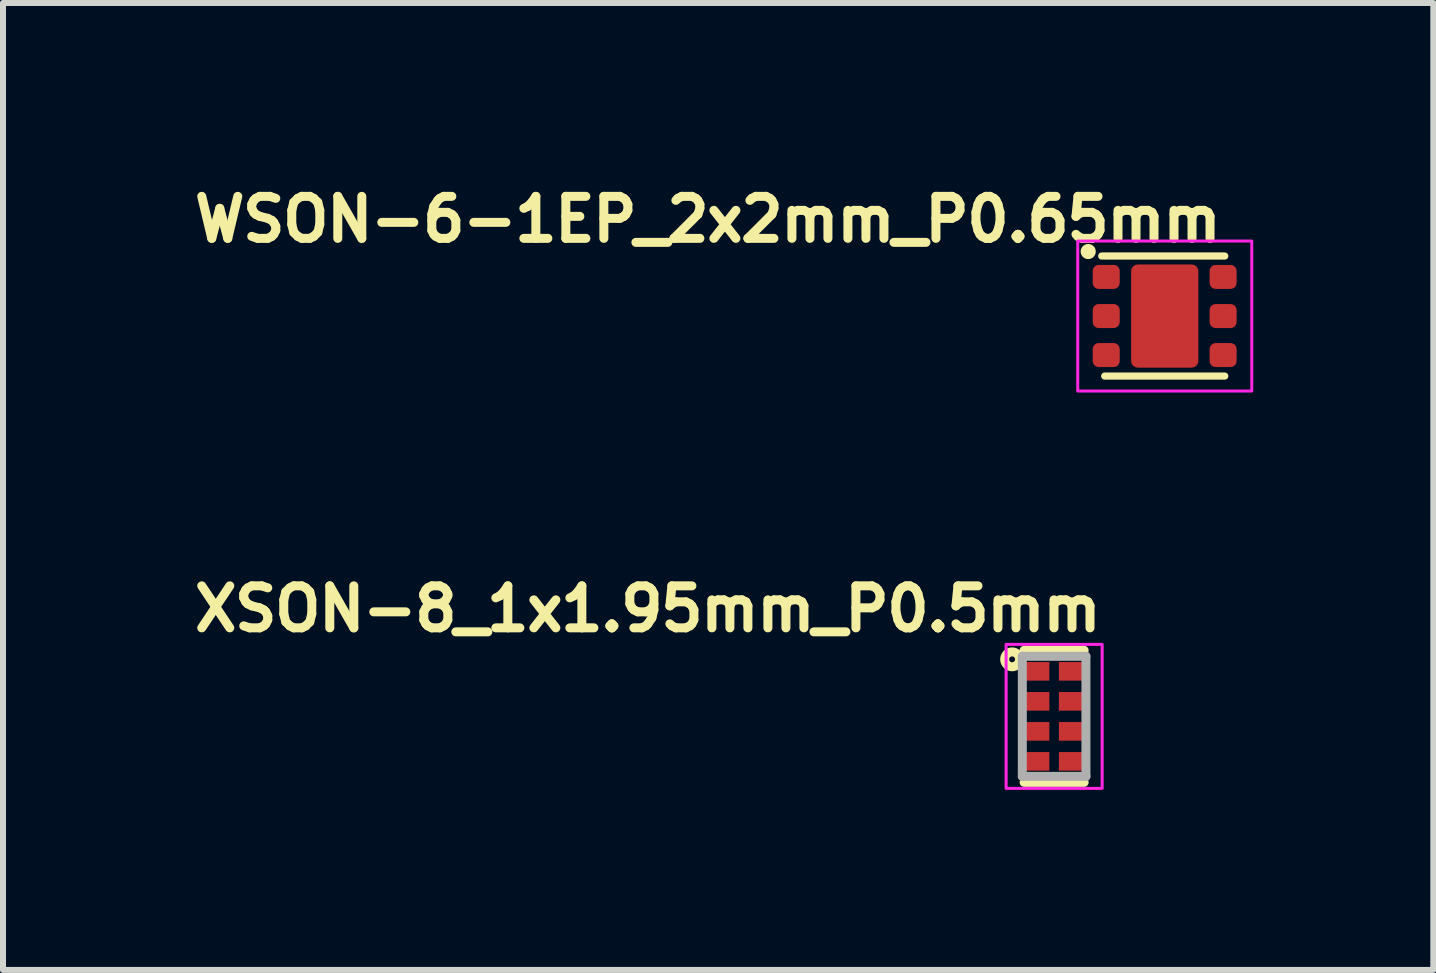
<source format=kicad_pcb>
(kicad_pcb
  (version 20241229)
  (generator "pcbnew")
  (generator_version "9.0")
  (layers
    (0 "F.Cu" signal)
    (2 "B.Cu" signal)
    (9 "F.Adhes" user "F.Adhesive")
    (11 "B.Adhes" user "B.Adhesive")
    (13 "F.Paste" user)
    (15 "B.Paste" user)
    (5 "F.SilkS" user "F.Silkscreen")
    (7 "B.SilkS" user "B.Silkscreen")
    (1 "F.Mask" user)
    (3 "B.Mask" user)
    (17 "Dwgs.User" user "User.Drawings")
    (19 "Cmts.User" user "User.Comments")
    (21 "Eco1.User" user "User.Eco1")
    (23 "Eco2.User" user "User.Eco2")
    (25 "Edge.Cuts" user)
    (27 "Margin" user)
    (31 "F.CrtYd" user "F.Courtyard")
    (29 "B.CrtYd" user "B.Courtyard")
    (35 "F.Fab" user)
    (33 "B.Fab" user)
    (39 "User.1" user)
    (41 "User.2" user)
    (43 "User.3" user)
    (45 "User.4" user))
  (footprint "WSON-6-1EP_2x2mm_P0.65mm"
    (layer "F.Cu")
    (at 16.357 2.216)
    (property "Reference" "WSON-6-1EP_2x2mm_P0.65mm" (at 1.02 -2.02 0) (layer "F.SilkS") (effects (font (size 0.7 0.7) (thickness 0.15)) (justify right top)))
    (attr smd)
    (fp_line (start -1.05 -1) (end 1 -1) (stroke (width 0.12) (type solid)) (layer "F.SilkS"))
    (fp_line (start 1 1) (end -1 1) (stroke (width 0.12) (type solid)) (layer "F.SilkS"))
    (fp_circle (center -1.275 -1.075) (end -1.224 -1.075) (stroke (width 0.15) (type solid)) (fill yes) (layer "F.SilkS"))
    (fp_rect (start 1.45 1.25) (end -1.45 -1.25) (stroke (width 0.05) (type solid)) (fill no) (layer "F.CrtYd"))
    (fp_rect (start 1.009 0.998) (end -1.01 -1) (stroke (width 0.1) (type solid)) (fill no) (layer "User.5"))
    (fp_line (start -1.009 -0.8) (end -0.998 -0.8) (stroke (width 0.02) (type solid)) (layer "User.9"))
    (fp_line (start -1.009 -0.498) (end -1.009 -0.8) (stroke (width 0.02) (type solid)) (layer "User.9"))
    (fp_line (start -1.009 -0.148) (end -0.998 -0.148) (stroke (width 0.02) (type solid)) (layer "User.9"))
    (fp_line (start -1.009 0.15) (end -1.009 -0.148) (stroke (width 0.02) (type solid)) (layer "User.9"))
    (fp_line (start -1.009 0.5) (end -0.998 0.5) (stroke (width 0.02) (type solid)) (layer "User.9"))
    (fp_line (start -1.009 0.802) (end -1.009 0.5) (stroke (width 0.02) (type solid)) (layer "User.9"))
    (fp_line (start -0.998 -0.998) (end 1 -0.998) (stroke (width 0.02) (type solid)) (layer "User.9"))
    (fp_line (start -0.998 -0.498) (end -1.009 -0.498) (stroke (width 0.02) (type solid)) (layer "User.9"))
    (fp_line (start -0.998 0.15) (end -1.009 0.15) (stroke (width 0.02) (type solid)) (layer "User.9"))
    (fp_line (start -0.998 0.802) (end -1.009 0.802) (stroke (width 0.02) (type solid)) (layer "User.9"))
    (fp_line (start -0.998 1) (end -0.998 -0.998) (stroke (width 0.02) (type solid)) (layer "User.9"))
    (fp_line (start -0.775 -0.65) (end -0.774 -0.641) (stroke (width 0.02) (type solid)) (layer "User.9"))
    (fp_line (start -0.774 -0.658) (end -0.775 -0.65) (stroke (width 0.02) (type solid)) (layer "User.9"))
    (fp_line (start -0.774 -0.641) (end -0.773 -0.632) (stroke (width 0.02) (type solid)) (layer "User.9"))
    (fp_line (start -0.773 -0.666) (end -0.774 -0.658) (stroke (width 0.02) (type solid)) (layer "User.9"))
    (fp_line (start -0.773 -0.632) (end -0.772 -0.624) (stroke (width 0.02) (type solid)) (layer "User.9"))
    (fp_line (start -0.772 -0.674) (end -0.773 -0.666) (stroke (width 0.02) (type solid)) (layer "User.9"))
    (fp_line (start -0.772 -0.624) (end -0.77 -0.616) (stroke (width 0.02) (type solid)) (layer "User.9"))
    (fp_line (start -0.77 -0.682) (end -0.772 -0.674) (stroke (width 0.02) (type solid)) (layer "User.9"))
    (fp_line (start -0.77 -0.616) (end -0.768 -0.609) (stroke (width 0.02) (type solid)) (layer "User.9"))
    (fp_line (start -0.768 -0.689) (end -0.77 -0.682) (stroke (width 0.02) (type solid)) (layer "User.9"))
    (fp_line (start -0.768 -0.609) (end -0.764 -0.601) (stroke (width 0.02) (type solid)) (layer "User.9"))
    (fp_line (start -0.764 -0.697) (end -0.768 -0.689) (stroke (width 0.02) (type solid)) (layer "User.9"))
    (fp_line (start -0.764 -0.601) (end -0.761 -0.593) (stroke (width 0.02) (type solid)) (layer "User.9"))
    (fp_line (start -0.761 -0.704) (end -0.764 -0.697) (stroke (width 0.02) (type solid)) (layer "User.9"))
    (fp_line (start -0.761 -0.593) (end -0.757 -0.586) (stroke (width 0.02) (type solid)) (layer "User.9"))
    (fp_line (start -0.757 -0.711) (end -0.761 -0.704) (stroke (width 0.02) (type solid)) (layer "User.9"))
    (fp_line (start -0.757 -0.711) (end -0.757 -0.711) (stroke (width 0.02) (type solid)) (layer "User.9"))
    (fp_line (start -0.757 -0.586) (end -0.757 -0.586) (stroke (width 0.02) (type solid)) (layer "User.9"))
    (fp_line (start -0.757 -0.586) (end -0.752 -0.579) (stroke (width 0.02) (type solid)) (layer "User.9"))
    (fp_line (start -0.755 -0.715) (end -0.757 -0.711) (stroke (width 0.02) (type solid)) (layer "User.9"))
    (fp_line (start -0.752 -0.718) (end -0.755 -0.715) (stroke (width 0.02) (type solid)) (layer "User.9"))
    (fp_line (start -0.752 -0.579) (end -0.748 -0.573) (stroke (width 0.02) (type solid)) (layer "User.9"))
    (fp_line (start -0.75 -0.721) (end -0.752 -0.718) (stroke (width 0.02) (type solid)) (layer "User.9"))
    (fp_line (start -0.748 -0.725) (end -0.75 -0.721) (stroke (width 0.02) (type solid)) (layer "User.9"))
    (fp_line (start -0.748 -0.573) (end -0.742 -0.567) (stroke (width 0.02) (type solid)) (layer "User.9"))
    (fp_line (start -0.745 -0.728) (end -0.748 -0.725) (stroke (width 0.02) (type solid)) (layer "User.9"))
    (fp_line (start -0.742 -0.731) (end -0.745 -0.728) (stroke (width 0.02) (type solid)) (layer "User.9"))
    (fp_line (start -0.742 -0.567) (end -0.737 -0.561) (stroke (width 0.02) (type solid)) (layer "User.9"))
    (fp_line (start -0.74 -0.734) (end -0.742 -0.731) (stroke (width 0.02) (type solid)) (layer "User.9"))
    (fp_line (start -0.737 -0.737) (end -0.74 -0.734) (stroke (width 0.02) (type solid)) (layer "User.9"))
    (fp_line (start -0.737 -0.561) (end -0.731 -0.555) (stroke (width 0.02) (type solid)) (layer "User.9"))
    (fp_line (start -0.734 -0.74) (end -0.737 -0.737) (stroke (width 0.02) (type solid)) (layer "User.9"))
    (fp_line (start -0.731 -0.743) (end -0.734 -0.74) (stroke (width 0.02) (type solid)) (layer "User.9"))
    (fp_line (start -0.731 -0.555) (end -0.724 -0.55) (stroke (width 0.02) (type solid)) (layer "User.9"))
    (fp_line (start -0.728 -0.745) (end -0.731 -0.743) (stroke (width 0.02) (type solid)) (layer "User.9"))
    (fp_line (start -0.724 -0.748) (end -0.728 -0.745) (stroke (width 0.02) (type solid)) (layer "User.9"))
    (fp_line (start -0.724 -0.55) (end -0.718 -0.546) (stroke (width 0.02) (type solid)) (layer "User.9"))
    (fp_line (start -0.721 -0.75) (end -0.724 -0.748) (stroke (width 0.02) (type solid)) (layer "User.9"))
    (fp_line (start -0.718 -0.752) (end -0.721 -0.75) (stroke (width 0.02) (type solid)) (layer "User.9"))
    (fp_line (start -0.718 -0.546) (end -0.711 -0.541) (stroke (width 0.02) (type solid)) (layer "User.9"))
    (fp_line (start -0.714 -0.755) (end -0.718 -0.752) (stroke (width 0.02) (type solid)) (layer "User.9"))
    (fp_line (start -0.711 -0.757) (end -0.714 -0.755) (stroke (width 0.02) (type solid)) (layer "User.9"))
    (fp_line (start -0.711 -0.541) (end -0.704 -0.537) (stroke (width 0.02) (type solid)) (layer "User.9"))
    (fp_line (start -0.707 -0.759) (end -0.711 -0.757) (stroke (width 0.02) (type solid)) (layer "User.9"))
    (fp_line (start -0.704 -0.761) (end -0.707 -0.759) (stroke (width 0.02) (type solid)) (layer "User.9"))
    (fp_line (start -0.704 -0.537) (end -0.697 -0.534) (stroke (width 0.02) (type solid)) (layer "User.9"))
    (fp_line (start -0.701 -0.762) (end -0.704 -0.761) (stroke (width 0.02) (type solid)) (layer "User.9"))
    (fp_line (start -0.697 -0.764) (end -0.701 -0.762) (stroke (width 0.02) (type solid)) (layer "User.9"))
    (fp_line (start -0.697 -0.534) (end -0.69 -0.531) (stroke (width 0.02) (type solid)) (layer "User.9"))
    (fp_line (start -0.694 -0.765) (end -0.697 -0.764) (stroke (width 0.02) (type solid)) (layer "User.9"))
    (fp_line (start -0.69 -0.768) (end -0.694 -0.765) (stroke (width 0.02) (type solid)) (layer "User.9"))
    (fp_line (start -0.69 -0.531) (end -0.682 -0.529) (stroke (width 0.02) (type solid)) (layer "User.9"))
    (fp_line (start -0.686 -0.769) (end -0.69 -0.768) (stroke (width 0.02) (type solid)) (layer "User.9"))
    (fp_line (start -0.682 -0.77) (end -0.686 -0.769) (stroke (width 0.02) (type solid)) (layer "User.9"))
    (fp_line (start -0.682 -0.529) (end -0.674 -0.527) (stroke (width 0.02) (type solid)) (layer "User.9"))
    (fp_line (start -0.678 -0.771) (end -0.682 -0.77) (stroke (width 0.02) (type solid)) (layer "User.9"))
    (fp_line (start -0.674 -0.772) (end -0.678 -0.771) (stroke (width 0.02) (type solid)) (layer "User.9"))
    (fp_line (start -0.674 -0.527) (end -0.666 -0.526) (stroke (width 0.02) (type solid)) (layer "User.9"))
    (fp_line (start -0.67 -0.773) (end -0.674 -0.772) (stroke (width 0.02) (type solid)) (layer "User.9"))
    (fp_line (start -0.666 -0.773) (end -0.67 -0.773) (stroke (width 0.02) (type solid)) (layer "User.9"))
    (fp_line (start -0.666 -0.526) (end -0.658 -0.525) (stroke (width 0.02) (type solid)) (layer "User.9"))
    (fp_line (start -0.662 -0.774) (end -0.666 -0.773) (stroke (width 0.02) (type solid)) (layer "User.9"))
    (fp_line (start -0.658 -0.774) (end -0.662 -0.774) (stroke (width 0.02) (type solid)) (layer "User.9"))
    (fp_line (start -0.658 -0.525) (end -0.65 -0.525) (stroke (width 0.02) (type solid)) (layer "User.9"))
    (fp_line (start -0.654 -0.774) (end -0.658 -0.774) (stroke (width 0.02) (type solid)) (layer "User.9"))
    (fp_line (start -0.65 -0.775) (end -0.654 -0.774) (stroke (width 0.02) (type solid)) (layer "User.9"))
    (fp_line (start -0.65 -0.525) (end -0.645 -0.525) (stroke (width 0.02) (type solid)) (layer "User.9"))
    (fp_line (start -0.645 -0.525) (end -0.641 -0.525) (stroke (width 0.02) (type solid)) (layer "User.9"))
    (fp_line (start -0.641 -0.774) (end -0.65 -0.775) (stroke (width 0.02) (type solid)) (layer "User.9"))
    (fp_line (start -0.641 -0.525) (end -0.636 -0.525) (stroke (width 0.02) (type solid)) (layer "User.9"))
    (fp_line (start -0.636 -0.525) (end -0.632 -0.526) (stroke (width 0.02) (type solid)) (layer "User.9"))
    (fp_line (start -0.632 -0.773) (end -0.641 -0.774) (stroke (width 0.02) (type solid)) (layer "User.9"))
    (fp_line (start -0.632 -0.526) (end -0.628 -0.526) (stroke (width 0.02) (type solid)) (layer "User.9"))
    (fp_line (start -0.628 -0.526) (end -0.624 -0.527) (stroke (width 0.02) (type solid)) (layer "User.9"))
    (fp_line (start -0.624 -0.772) (end -0.632 -0.773) (stroke (width 0.02) (type solid)) (layer "User.9"))
    (fp_line (start -0.624 -0.527) (end -0.62 -0.528) (stroke (width 0.02) (type solid)) (layer "User.9"))
    (fp_line (start -0.62 -0.528) (end -0.616 -0.529) (stroke (width 0.02) (type solid)) (layer "User.9"))
    (fp_line (start -0.616 -0.77) (end -0.624 -0.772) (stroke (width 0.02) (type solid)) (layer "User.9"))
    (fp_line (start -0.616 -0.529) (end -0.612 -0.53) (stroke (width 0.02) (type solid)) (layer "User.9"))
    (fp_line (start -0.612 -0.53) (end -0.608 -0.531) (stroke (width 0.02) (type solid)) (layer "User.9"))
    (fp_line (start -0.608 -0.768) (end -0.616 -0.77) (stroke (width 0.02) (type solid)) (layer "User.9"))
    (fp_line (start -0.608 -0.531) (end -0.604 -0.533) (stroke (width 0.02) (type solid)) (layer "User.9"))
    (fp_line (start -0.604 -0.533) (end -0.601 -0.534) (stroke (width 0.02) (type solid)) (layer "User.9"))
    (fp_line (start -0.601 -0.764) (end -0.608 -0.768) (stroke (width 0.02) (type solid)) (layer "User.9"))
    (fp_line (start -0.601 -0.534) (end -0.597 -0.536) (stroke (width 0.02) (type solid)) (layer "User.9"))
    (fp_line (start -0.597 -0.536) (end -0.593 -0.537) (stroke (width 0.02) (type solid)) (layer "User.9"))
    (fp_line (start -0.593 -0.761) (end -0.601 -0.764) (stroke (width 0.02) (type solid)) (layer "User.9"))
    (fp_line (start -0.593 -0.537) (end -0.59 -0.539) (stroke (width 0.02) (type solid)) (layer "User.9"))
    (fp_line (start -0.59 -0.539) (end -0.586 -0.541) (stroke (width 0.02) (type solid)) (layer "User.9"))
    (fp_line (start -0.586 -0.757) (end -0.593 -0.761) (stroke (width 0.02) (type solid)) (layer "User.9"))
    (fp_line (start -0.586 -0.541) (end -0.583 -0.543) (stroke (width 0.02) (type solid)) (layer "User.9"))
    (fp_line (start -0.583 -0.543) (end -0.579 -0.546) (stroke (width 0.02) (type solid)) (layer "User.9"))
    (fp_line (start -0.579 -0.752) (end -0.586 -0.757) (stroke (width 0.02) (type solid)) (layer "User.9"))
    (fp_line (start -0.579 -0.546) (end -0.576 -0.548) (stroke (width 0.02) (type solid)) (layer "User.9"))
    (fp_line (start -0.576 -0.548) (end -0.574 -0.55) (stroke (width 0.02) (type solid)) (layer "User.9"))
    (fp_line (start -0.574 -0.748) (end -0.579 -0.752) (stroke (width 0.02) (type solid)) (layer "User.9"))
    (fp_line (start -0.574 -0.55) (end -0.57 -0.553) (stroke (width 0.02) (type solid)) (layer "User.9"))
    (fp_line (start -0.57 -0.553) (end -0.567 -0.555) (stroke (width 0.02) (type solid)) (layer "User.9"))
    (fp_line (start -0.567 -0.743) (end -0.574 -0.748) (stroke (width 0.02) (type solid)) (layer "User.9"))
    (fp_line (start -0.567 -0.555) (end -0.564 -0.558) (stroke (width 0.02) (type solid)) (layer "User.9"))
    (fp_line (start -0.564 -0.558) (end -0.561 -0.561) (stroke (width 0.02) (type solid)) (layer "User.9"))
    (fp_line (start -0.561 -0.737) (end -0.567 -0.743) (stroke (width 0.02) (type solid)) (layer "User.9"))
    (fp_line (start -0.561 -0.561) (end -0.558 -0.564) (stroke (width 0.02) (type solid)) (layer "User.9"))
    (fp_line (start -0.558 -0.564) (end -0.556 -0.567) (stroke (width 0.02) (type solid)) (layer "User.9"))
    (fp_line (start -0.556 -0.731) (end -0.561 -0.737) (stroke (width 0.02) (type solid)) (layer "User.9"))
    (fp_line (start -0.556 -0.567) (end -0.553 -0.57) (stroke (width 0.02) (type solid)) (layer "User.9"))
    (fp_line (start -0.553 -0.57) (end -0.55 -0.573) (stroke (width 0.02) (type solid)) (layer "User.9"))
    (fp_line (start -0.55 -0.725) (end -0.556 -0.731) (stroke (width 0.02) (type solid)) (layer "User.9"))
    (fp_line (start -0.55 -0.573) (end -0.548 -0.576) (stroke (width 0.02) (type solid)) (layer "User.9"))
    (fp_line (start -0.548 -0.576) (end -0.546 -0.579) (stroke (width 0.02) (type solid)) (layer "User.9"))
    (fp_line (start -0.546 -0.718) (end -0.55 -0.725) (stroke (width 0.02) (type solid)) (layer "User.9"))
    (fp_line (start -0.546 -0.579) (end -0.543 -0.582) (stroke (width 0.02) (type solid)) (layer "User.9"))
    (fp_line (start -0.543 -0.582) (end -0.541 -0.586) (stroke (width 0.02) (type solid)) (layer "User.9"))
    (fp_line (start -0.541 -0.711) (end -0.546 -0.718) (stroke (width 0.02) (type solid)) (layer "User.9"))
    (fp_line (start -0.541 -0.711) (end -0.541 -0.711) (stroke (width 0.02) (type solid)) (layer "User.9"))
    (fp_line (start -0.541 -0.586) (end -0.541 -0.586) (stroke (width 0.02) (type solid)) (layer "User.9"))
    (fp_line (start -0.541 -0.586) (end -0.537 -0.593) (stroke (width 0.02) (type solid)) (layer "User.9"))
    (fp_line (start -0.537 -0.704) (end -0.541 -0.711) (stroke (width 0.02) (type solid)) (layer "User.9"))
    (fp_line (start -0.537 -0.593) (end -0.534 -0.601) (stroke (width 0.02) (type solid)) (layer "User.9"))
    (fp_line (start -0.534 -0.697) (end -0.537 -0.704) (stroke (width 0.02) (type solid)) (layer "User.9"))
    (fp_line (start -0.534 -0.601) (end -0.531 -0.609) (stroke (width 0.02) (type solid)) (layer "User.9"))
    (fp_line (start -0.531 -0.689) (end -0.534 -0.697) (stroke (width 0.02) (type solid)) (layer "User.9"))
    (fp_line (start -0.531 -0.609) (end -0.529 -0.616) (stroke (width 0.02) (type solid)) (layer "User.9"))
    (fp_line (start -0.529 -0.682) (end -0.531 -0.689) (stroke (width 0.02) (type solid)) (layer "User.9"))
    (fp_line (start -0.529 -0.616) (end -0.527 -0.624) (stroke (width 0.02) (type solid)) (layer "User.9"))
    (fp_line (start -0.527 -0.674) (end -0.529 -0.682) (stroke (width 0.02) (type solid)) (layer "User.9"))
    (fp_line (start -0.527 -0.624) (end -0.526 -0.632) (stroke (width 0.02) (type solid)) (layer "User.9"))
    (fp_line (start -0.526 -0.666) (end -0.527 -0.674) (stroke (width 0.02) (type solid)) (layer "User.9"))
    (fp_line (start -0.526 -0.632) (end -0.525 -0.641) (stroke (width 0.02) (type solid)) (layer "User.9"))
    (fp_line (start -0.525 -0.658) (end -0.526 -0.666) (stroke (width 0.02) (type solid)) (layer "User.9"))
    (fp_line (start -0.525 -0.65) (end -0.525 -0.658) (stroke (width 0.02) (type solid)) (layer "User.9"))
    (fp_line (start -0.525 -0.641) (end -0.525 -0.65) (stroke (width 0.02) (type solid)) (layer "User.9"))
    (fp_line (start 1 -0.998) (end 1 1) (stroke (width 0.02) (type solid)) (layer "User.9"))
    (fp_line (start 1 -0.8) (end 1.01 -0.8) (stroke (width 0.02) (type solid)) (layer "User.9"))
    (fp_line (start 1 -0.148) (end 1.01 -0.148) (stroke (width 0.02) (type solid)) (layer "User.9"))
    (fp_line (start 1 0.5) (end 1.01 0.5) (stroke (width 0.02) (type solid)) (layer "User.9"))
    (fp_line (start 1 1) (end -0.998 1) (stroke (width 0.02) (type solid)) (layer "User.9"))
    (fp_line (start 1.01 -0.8) (end 1.01 -0.498) (stroke (width 0.02) (type solid)) (layer "User.9"))
    (fp_line (start 1.01 -0.498) (end 1 -0.498) (stroke (width 0.02) (type solid)) (layer "User.9"))
    (fp_line (start 1.01 -0.148) (end 1.01 0.15) (stroke (width 0.02) (type solid)) (layer "User.9"))
    (fp_line (start 1.01 0.15) (end 1 0.15) (stroke (width 0.02) (type solid)) (layer "User.9"))
    (fp_line (start 1.01 0.5) (end 1.01 0.802) (stroke (width 0.02) (type solid)) (layer "User.9"))
    (fp_line (start 1.01 0.802) (end 1 0.802) (stroke (width 0.02) (type solid)) (layer "User.9"))
    (pad "1" smd roundrect (at -0.975 -0.652 180) (size 0.45 0.4) (layers "F.Cu" "F.Mask" "F.Paste") (roundrect_rratio 0.25))
    (pad "2" smd roundrect (at -0.975 0 180) (size 0.45 0.4) (layers "F.Cu" "F.Mask" "F.Paste") (roundrect_rratio 0.25))
    (pad "3" smd roundrect (at -0.975 0.65 180) (size 0.45 0.4) (layers "F.Cu" "F.Mask" "F.Paste") (roundrect_rratio 0.25))
    (pad "4" smd roundrect (at 0.973 0.65 180) (size 0.45 0.4) (layers "F.Cu" "F.Mask" "F.Paste") (roundrect_rratio 0.25))
    (pad "5" smd roundrect (at 0.973 0 180) (size 0.45 0.4) (layers "F.Cu" "F.Mask" "F.Paste") (roundrect_rratio 0.25))
    (pad "6" smd roundrect (at 0.973 -0.652 180) (size 0.45 0.4) (layers "F.Cu" "F.Mask" "F.Paste") (roundrect_rratio 0.25))
    (pad "7" smd roundrect (at 0 0 180) (size 1.12 1.72) (layers "F.Cu" "F.Mask" "F.Paste") (roundrect_rratio 0.1)))
  (footprint "XSON-8_1x1.95mm_P0.5mm"
    (layer "F.Cu")
    (at 14.514 8.886)
    (property "Reference" "XSON-8_1x1.95mm_P0.5mm" (at 0.863 -2.2 0) (layer "F.SilkS") (effects (font (size 0.7 0.7) (thickness 0.15)) (justify right top)))
    (attr smd)
    (fp_line (start -0.5 1.1) (end 0.5 1.1) (stroke (width 0.15) (type solid)) (layer "F.SilkS"))
    (fp_line (start 0.5 -1.1) (end -0.5 -1.1) (stroke (width 0.15) (type solid)) (layer "F.SilkS"))
    (fp_circle (center -0.7 -0.95) (end -0.651 -0.95) (stroke (width 0.15) (type solid)) (fill no) (layer "F.SilkS"))
    (fp_rect (start 0.8 1.2) (end -0.8 -1.2) (stroke (width 0.05) (type solid)) (fill no) (layer "F.CrtYd"))
    (fp_line (start -0.53 -1.001) (end -0.53 1) (stroke (width 0.15) (type solid)) (layer "F.Fab"))
    (fp_line (start -0.53 1) (end 0.53 1) (stroke (width 0.15) (type solid)) (layer "F.Fab"))
    (fp_line (start 0.53 -1.001) (end -0.53 -1.001) (stroke (width 0.15) (type solid)) (layer "F.Fab"))
    (fp_line (start 0.53 1) (end 0.53 -1.001) (stroke (width 0.15) (type solid)) (layer "F.Fab"))
    (fp_rect (start 0.524 0.998) (end -0.527 -1) (stroke (width 0.1) (type solid)) (fill no) (layer "User.5"))
    (fp_line (start -0.527 -1) (end 0.524 -1) (stroke (width 0.02) (type solid)) (layer "User.9"))
    (fp_line (start -0.527 0.998) (end -0.527 -1) (stroke (width 0.02) (type solid)) (layer "User.9"))
    (fp_line (start 0.524 -1) (end 0.524 0.998) (stroke (width 0.02) (type solid)) (layer "User.9"))
    (fp_line (start 0.524 0.998) (end -0.527 0.998) (stroke (width 0.02) (type solid)) (layer "User.9"))
    (pad "1" smd rect (at -0.33 -0.75 180) (size 0.5 0.31) (layers "F.Cu" "F.Mask" "F.Paste"))
    (pad "2" smd rect (at -0.33 -0.25 180) (size 0.5 0.31) (layers "F.Cu" "F.Mask" "F.Paste"))
    (pad "3" smd rect (at -0.33 0.25 180) (size 0.5 0.31) (layers "F.Cu" "F.Mask" "F.Paste"))
    (pad "4" smd rect (at -0.33 0.75 180) (size 0.5 0.31) (layers "F.Cu" "F.Mask" "F.Paste"))
    (pad "5" smd rect (at 0.33 0.75) (size 0.5 0.31) (layers "F.Cu" "F.Mask" "F.Paste"))
    (pad "6" smd rect (at 0.33 0.25) (size 0.5 0.31) (layers "F.Cu" "F.Mask" "F.Paste"))
    (pad "7" smd rect (at 0.33 -0.25) (size 0.5 0.31) (layers "F.Cu" "F.Mask" "F.Paste"))
    (pad "8" smd rect (at 0.33 -0.75) (size 0.5 0.31) (layers "F.Cu" "F.Mask" "F.Paste")))
  (gr_rect
    (start -3 -3)
    (end 20.832 13.111)
    (stroke (width 0.1) (type default))
    (fill no)
    (layer "Edge.Cuts")))
</source>
